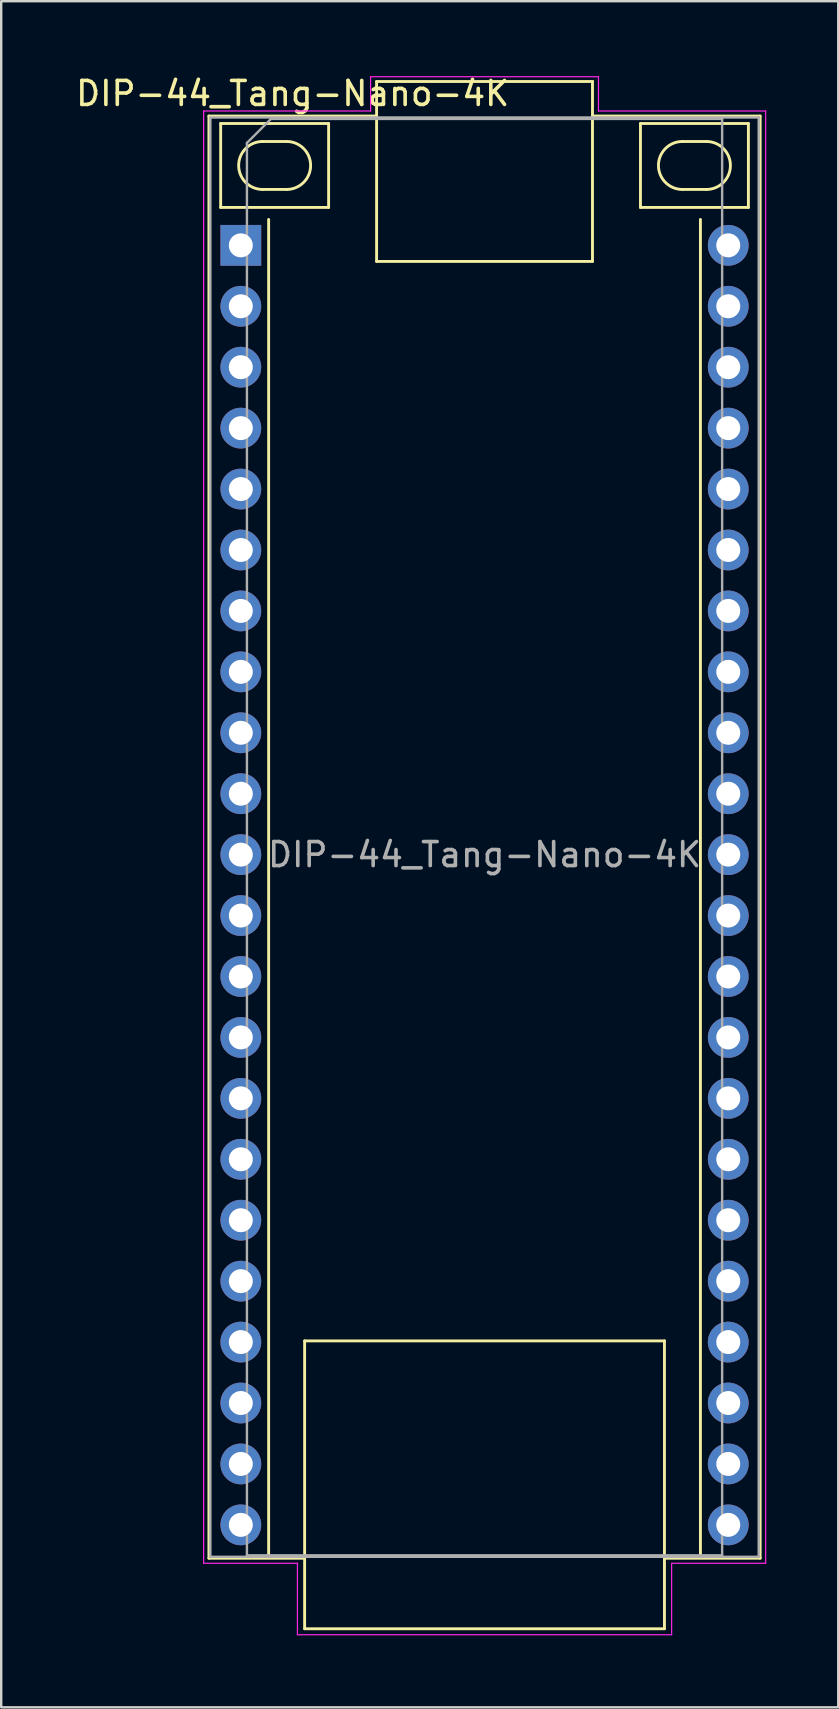
<source format=kicad_pcb>
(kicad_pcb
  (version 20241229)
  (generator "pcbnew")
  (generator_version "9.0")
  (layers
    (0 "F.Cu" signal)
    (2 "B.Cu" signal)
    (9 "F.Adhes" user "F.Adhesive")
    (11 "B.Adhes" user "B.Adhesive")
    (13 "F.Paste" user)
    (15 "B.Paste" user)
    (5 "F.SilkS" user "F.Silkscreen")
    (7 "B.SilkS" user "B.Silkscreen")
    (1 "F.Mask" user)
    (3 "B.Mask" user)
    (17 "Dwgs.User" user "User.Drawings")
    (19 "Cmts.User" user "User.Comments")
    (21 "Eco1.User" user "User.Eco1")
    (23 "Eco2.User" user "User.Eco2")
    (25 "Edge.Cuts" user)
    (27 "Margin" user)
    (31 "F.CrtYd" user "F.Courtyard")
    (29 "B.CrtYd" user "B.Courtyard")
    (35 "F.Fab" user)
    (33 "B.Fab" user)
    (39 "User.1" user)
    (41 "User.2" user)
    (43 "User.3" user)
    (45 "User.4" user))
  (footprint "DIP-44_Tang-Nano-4K"
    (layer "F.Cu")
    (at 6.989 7.178)
    (property "Reference" "DIP-44_Tang-Nano-4K" (at 2.16 -6.33 0) (layer "F.SilkS") (effects (font (size 1 1) (thickness 0.15))))
    (attr through_hole)
    (fp_line (start -1.33 -5.39) (end -1.33 54.73) (stroke (width 0.12) (type solid)) (layer "F.SilkS"))
    (fp_line (start -1.33 54.73) (end 2.66 54.73) (stroke (width 0.12) (type solid)) (layer "F.SilkS"))
    (fp_line (start -0.84 -5.08) (end -0.84 -1.58) (stroke (width 0.12) (type solid)) (layer "F.SilkS"))
    (fp_line (start -0.84 -1.58) (end 3.66 -1.58) (stroke (width 0.12) (type solid)) (layer "F.SilkS"))
    (fp_line (start 0.91 -4.33) (end 1.91 -4.33) (stroke (width 0.12) (type solid)) (layer "F.SilkS"))
    (fp_line (start 1.16 -1.08) (end 1.16 54.67) (stroke (width 0.12) (type solid)) (layer "F.SilkS"))
    (fp_line (start 1.91 -2.33) (end 0.91 -2.33) (stroke (width 0.12) (type solid)) (layer "F.SilkS"))
    (fp_line (start 2.66 45.67) (end 17.66 45.67) (stroke (width 0.12) (type solid)) (layer "F.SilkS"))
    (fp_line (start 2.66 57.67) (end 2.66 45.67) (stroke (width 0.12) (type solid)) (layer "F.SilkS"))
    (fp_line (start 3.66 -5.08) (end -0.84 -5.08) (stroke (width 0.12) (type solid)) (layer "F.SilkS"))
    (fp_line (start 3.66 -1.58) (end 3.66 -5.08) (stroke (width 0.12) (type solid)) (layer "F.SilkS"))
    (fp_line (start 5.66 -6.83) (end 5.66 0.67) (stroke (width 0.12) (type solid)) (layer "F.SilkS"))
    (fp_line (start 5.66 -5.39) (end -1.33 -5.39) (stroke (width 0.12) (type solid)) (layer "F.SilkS"))
    (fp_line (start 5.66 0.67) (end 14.66 0.67) (stroke (width 0.12) (type solid)) (layer "F.SilkS"))
    (fp_line (start 14.66 -6.83) (end 5.66 -6.83) (stroke (width 0.12) (type solid)) (layer "F.SilkS"))
    (fp_line (start 14.66 0.67) (end 14.66 -6.83) (stroke (width 0.12) (type solid)) (layer "F.SilkS"))
    (fp_line (start 16.66 -5.08) (end 16.66 -1.58) (stroke (width 0.12) (type solid)) (layer "F.SilkS"))
    (fp_line (start 16.66 -1.58) (end 21.16 -1.58) (stroke (width 0.12) (type solid)) (layer "F.SilkS"))
    (fp_line (start 17.66 45.67) (end 17.66 57.67) (stroke (width 0.12) (type solid)) (layer "F.SilkS"))
    (fp_line (start 17.66 54.73) (end 21.65 54.73) (stroke (width 0.12) (type solid)) (layer "F.SilkS"))
    (fp_line (start 17.66 57.67) (end 2.66 57.67) (stroke (width 0.12) (type solid)) (layer "F.SilkS"))
    (fp_line (start 18.41 -4.33) (end 19.41 -4.33) (stroke (width 0.12) (type solid)) (layer "F.SilkS"))
    (fp_line (start 19.16 54.67) (end 19.16 -1.08) (stroke (width 0.12) (type solid)) (layer "F.SilkS"))
    (fp_line (start 19.41 -2.33) (end 18.41 -2.33) (stroke (width 0.12) (type solid)) (layer "F.SilkS"))
    (fp_line (start 21.16 -5.08) (end 16.66 -5.08) (stroke (width 0.12) (type solid)) (layer "F.SilkS"))
    (fp_line (start 21.16 -1.58) (end 21.16 -5.08) (stroke (width 0.12) (type solid)) (layer "F.SilkS"))
    (fp_line (start 21.65 -5.39) (end 14.66 -5.39) (stroke (width 0.12) (type solid)) (layer "F.SilkS"))
    (fp_line (start 21.65 54.73) (end 21.65 -5.39) (stroke (width 0.12) (type solid)) (layer "F.SilkS"))
    (fp_arc (start 0.91 -2.33) (mid -0.09 -3.33) (end 0.91 -4.33) (stroke (width 0.12) (type solid)) (layer "F.SilkS"))
    (fp_arc (start 1.91 -4.33) (mid 2.91 -3.33) (end 1.91 -2.33) (stroke (width 0.12) (type solid)) (layer "F.SilkS"))
    (fp_arc (start 18.41 -2.33) (mid 17.41 -3.33) (end 18.41 -4.33) (stroke (width 0.12) (type solid)) (layer "F.SilkS"))
    (fp_arc (start 19.41 -4.33) (mid 20.41 -3.33) (end 19.41 -2.33) (stroke (width 0.12) (type solid)) (layer "F.SilkS"))
    (fp_line (start -1.55 -5.6) (end -1.55 54.94) (stroke (width 0.05) (type solid)) (layer "F.CrtYd"))
    (fp_line (start -1.55 54.94) (end 2.36 54.94) (stroke (width 0.05) (type solid)) (layer "F.CrtYd"))
    (fp_line (start 2.36 54.94) (end 2.36 57.92) (stroke (width 0.05) (type solid)) (layer "F.CrtYd"))
    (fp_line (start 2.36 57.92) (end 17.96 57.92) (stroke (width 0.05) (type solid)) (layer "F.CrtYd"))
    (fp_line (start 5.41 -7.03) (end 5.41 -5.6) (stroke (width 0.05) (type solid)) (layer "F.CrtYd"))
    (fp_line (start 5.41 -5.6) (end -1.55 -5.6) (stroke (width 0.05) (type solid)) (layer "F.CrtYd"))
    (fp_line (start 14.91 -7.03) (end 5.41 -7.03) (stroke (width 0.05) (type solid)) (layer "F.CrtYd"))
    (fp_line (start 14.91 -7.03) (end 14.91 -5.6) (stroke (width 0.05) (type solid)) (layer "F.CrtYd"))
    (fp_line (start 17.96 54.94) (end 17.96 57.92) (stroke (width 0.05) (type solid)) (layer "F.CrtYd"))
    (fp_line (start 17.97 54.94) (end 21.88 54.94) (stroke (width 0.05) (type solid)) (layer "F.CrtYd"))
    (fp_line (start 21.88 -5.6) (end 14.91 -5.6) (stroke (width 0.05) (type solid)) (layer "F.CrtYd"))
    (fp_line (start 21.88 54.94) (end 21.88 -5.6) (stroke (width 0.05) (type solid)) (layer "F.CrtYd"))
    (fp_line (start -1.27 -5.33) (end -1.27 54.67) (stroke (width 0.1) (type solid)) (layer "F.Fab"))
    (fp_line (start -1.27 54.67) (end 21.59 54.67) (stroke (width 0.1) (type solid)) (layer "F.Fab"))
    (fp_line (start 0.255 -4.27) (end 1.255 -5.27) (stroke (width 0.1) (type solid)) (layer "F.Fab"))
    (fp_line (start 0.255 54.61) (end 0.255 -4.27) (stroke (width 0.1) (type solid)) (layer "F.Fab"))
    (fp_line (start 1.255 -5.27) (end 20.065 -5.27) (stroke (width 0.1) (type solid)) (layer "F.Fab"))
    (fp_line (start 20.065 -5.27) (end 20.065 54.61) (stroke (width 0.1) (type solid)) (layer "F.Fab"))
    (fp_line (start 20.065 54.61) (end 0.255 54.61) (stroke (width 0.1) (type solid)) (layer "F.Fab"))
    (fp_line (start 21.59 -5.33) (end -1.27 -5.33) (stroke (width 0.1) (type solid)) (layer "F.Fab"))
    (fp_line (start 21.59 54.67) (end 21.59 -5.33) (stroke (width 0.1) (type solid)) (layer "F.Fab"))
    (fp_text user "${REFERENCE}" (at 10.16 25.4 0) (layer "F.Fab") (effects (font (size 1 1) (thickness 0.15))))
    (pad "1" thru_hole rect (at 0 0) (size 1.7 1.7) (drill 1) (layers "*.Cu" "*.Mask"))
    (pad "2" thru_hole circle (at 0 2.54) (size 1.7 1.7) (drill 1) (layers "*.Cu" "*.Mask"))
    (pad "3" thru_hole circle (at 0 5.08) (size 1.7 1.7) (drill 1) (layers "*.Cu" "*.Mask"))
    (pad "4" thru_hole circle (at 0 7.62) (size 1.7 1.7) (drill 1) (layers "*.Cu" "*.Mask"))
    (pad "5" thru_hole circle (at 0 10.16) (size 1.7 1.7) (drill 1) (layers "*.Cu" "*.Mask"))
    (pad "6" thru_hole circle (at 0 12.7) (size 1.7 1.7) (drill 1) (layers "*.Cu" "*.Mask"))
    (pad "7" thru_hole circle (at 0 15.24) (size 1.7 1.7) (drill 1) (layers "*.Cu" "*.Mask"))
    (pad "8" thru_hole circle (at 0 17.78) (size 1.7 1.7) (drill 1) (layers "*.Cu" "*.Mask"))
    (pad "9" thru_hole circle (at 0 20.32) (size 1.7 1.7) (drill 1) (layers "*.Cu" "*.Mask"))
    (pad "10" thru_hole circle (at 0 22.86) (size 1.7 1.7) (drill 1) (layers "*.Cu" "*.Mask"))
    (pad "11" thru_hole circle (at 0 25.4) (size 1.7 1.7) (drill 1) (layers "*.Cu" "*.Mask"))
    (pad "12" thru_hole circle (at 0 27.94) (size 1.7 1.7) (drill 1) (layers "*.Cu" "*.Mask"))
    (pad "13" thru_hole circle (at 0 30.48) (size 1.7 1.7) (drill 1) (layers "*.Cu" "*.Mask"))
    (pad "14" thru_hole circle (at 0 33.02) (size 1.7 1.7) (drill 1) (layers "*.Cu" "*.Mask"))
    (pad "15" thru_hole circle (at 0 35.56) (size 1.7 1.7) (drill 1) (layers "*.Cu" "*.Mask"))
    (pad "16" thru_hole circle (at 0 38.1) (size 1.7 1.7) (drill 1) (layers "*.Cu" "*.Mask"))
    (pad "17" thru_hole circle (at 0 40.64) (size 1.7 1.7) (drill 1) (layers "*.Cu" "*.Mask"))
    (pad "18" thru_hole circle (at 0 43.18) (size 1.7 1.7) (drill 1) (layers "*.Cu" "*.Mask"))
    (pad "19" thru_hole circle (at 0 45.72) (size 1.7 1.7) (drill 1) (layers "*.Cu" "*.Mask"))
    (pad "20" thru_hole circle (at 0 48.26) (size 1.7 1.7) (drill 1) (layers "*.Cu" "*.Mask"))
    (pad "21" thru_hole circle (at 0 50.8) (size 1.7 1.7) (drill 1) (layers "*.Cu" "*.Mask"))
    (pad "22" thru_hole circle (at 0 53.34) (size 1.7 1.7) (drill 1) (layers "*.Cu" "*.Mask"))
    (pad "23" thru_hole circle (at 20.32 53.34) (size 1.7 1.7) (drill 1) (layers "*.Cu" "*.Mask"))
    (pad "24" thru_hole circle (at 20.32 50.8) (size 1.7 1.7) (drill 1) (layers "*.Cu" "*.Mask"))
    (pad "25" thru_hole circle (at 20.32 48.26) (size 1.7 1.7) (drill 1) (layers "*.Cu" "*.Mask"))
    (pad "26" thru_hole circle (at 20.32 45.72) (size 1.7 1.7) (drill 1) (layers "*.Cu" "*.Mask"))
    (pad "27" thru_hole circle (at 20.32 43.18) (size 1.7 1.7) (drill 1) (layers "*.Cu" "*.Mask"))
    (pad "28" thru_hole circle (at 20.32 40.64) (size 1.7 1.7) (drill 1) (layers "*.Cu" "*.Mask"))
    (pad "29" thru_hole circle (at 20.32 38.1) (size 1.7 1.7) (drill 1) (layers "*.Cu" "*.Mask"))
    (pad "30" thru_hole circle (at 20.32 35.56) (size 1.7 1.7) (drill 1) (layers "*.Cu" "*.Mask"))
    (pad "31" thru_hole circle (at 20.32 33.02) (size 1.7 1.7) (drill 1) (layers "*.Cu" "*.Mask"))
    (pad "32" thru_hole circle (at 20.32 30.48) (size 1.7 1.7) (drill 1) (layers "*.Cu" "*.Mask"))
    (pad "33" thru_hole circle (at 20.32 27.94) (size 1.7 1.7) (drill 1) (layers "*.Cu" "*.Mask"))
    (pad "34" thru_hole circle (at 20.32 25.4) (size 1.7 1.7) (drill 1) (layers "*.Cu" "*.Mask"))
    (pad "35" thru_hole circle (at 20.32 22.86) (size 1.7 1.7) (drill 1) (layers "*.Cu" "*.Mask"))
    (pad "36" thru_hole circle (at 20.32 20.32) (size 1.7 1.7) (drill 1) (layers "*.Cu" "*.Mask"))
    (pad "37" thru_hole circle (at 20.32 17.78) (size 1.7 1.7) (drill 1) (layers "*.Cu" "*.Mask"))
    (pad "38" thru_hole circle (at 20.32 15.24) (size 1.7 1.7) (drill 1) (layers "*.Cu" "*.Mask"))
    (pad "39" thru_hole circle (at 20.32 12.7) (size 1.7 1.7) (drill 1) (layers "*.Cu" "*.Mask"))
    (pad "40" thru_hole circle (at 20.32 10.16) (size 1.7 1.7) (drill 1) (layers "*.Cu" "*.Mask"))
    (pad "41" thru_hole circle (at 20.32 7.62) (size 1.7 1.7) (drill 1) (layers "*.Cu" "*.Mask"))
    (pad "42" thru_hole circle (at 20.32 5.08) (size 1.7 1.7) (drill 1) (layers "*.Cu" "*.Mask"))
    (pad "43" thru_hole circle (at 20.32 2.54) (size 1.7 1.7) (drill 1) (layers "*.Cu" "*.Mask"))
    (pad "44" thru_hole circle (at 20.32 0) (size 1.7 1.7) (drill 1) (layers "*.Cu" "*.Mask")))
  (gr_rect
    (start -3 -3)
    (end 31.894 68.123)
    (stroke (width 0.1) (type default))
    (fill no)
    (layer "Edge.Cuts")))
</source>
